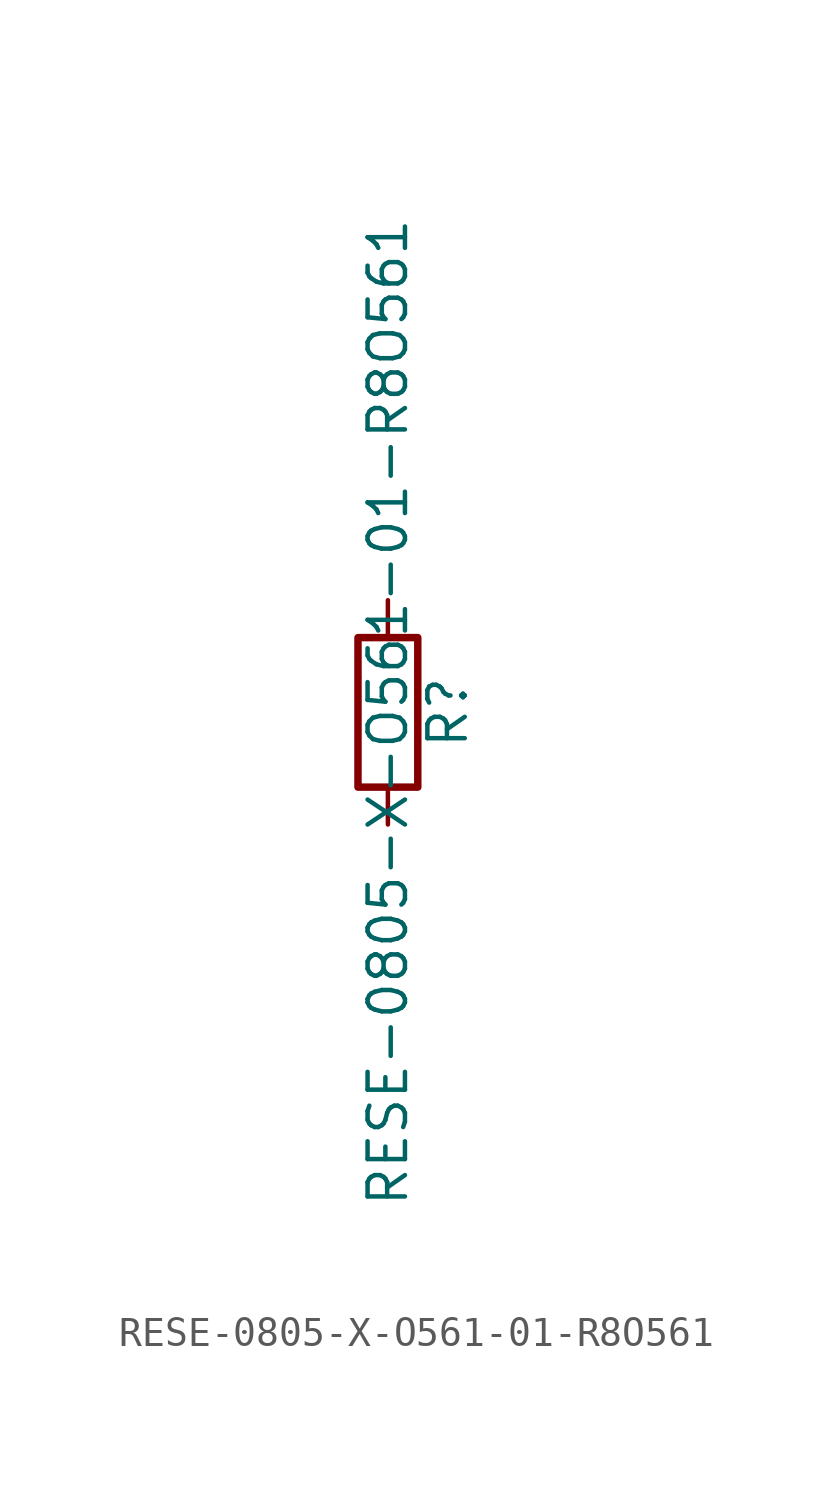
<source format=kicad_sym>
(kicad_symbol_lib
  (version 20211014)
  (generator kicad_symbol_editor)
  (symbol "RESE-0805-X-O561-01-R8O561"
    (pin_numbers hide)
    (pin_names
      (offset 0))
    (property "Reference" "R"
      (at 2.032 0 90)
      (effects (font (size 1.27 1.27))))
    (property "Value" "RESE-0805-X-O561-01-R8O561"
      (at 0 0 90)
      (effects (font (size 1.27 1.27))))
    (symbol "RESE-0805-X-O561-01-R8O561_0_1"
      (rectangle (start -1.016 -2.54) (end 1.016 2.54) (stroke (width 0.254) (type default) (color 0 0 0 0)) (fill (type none))))
    (symbol "RESE-0805-X-O561-01-R8O561_1_1"
      (pin passive line (at 0 3.81 270) (length 1.27) (name "~" (effects (font (size 1.27 1.27)))) (number "1" (effects (font (size 1.27 1.27)))))
      (pin passive line (at 0 -3.81 90) (length 1.27) (name "~" (effects (font (size 1.27 1.27)))) (number "2" (effects (font (size 1.27 1.27))))))))
</source>
